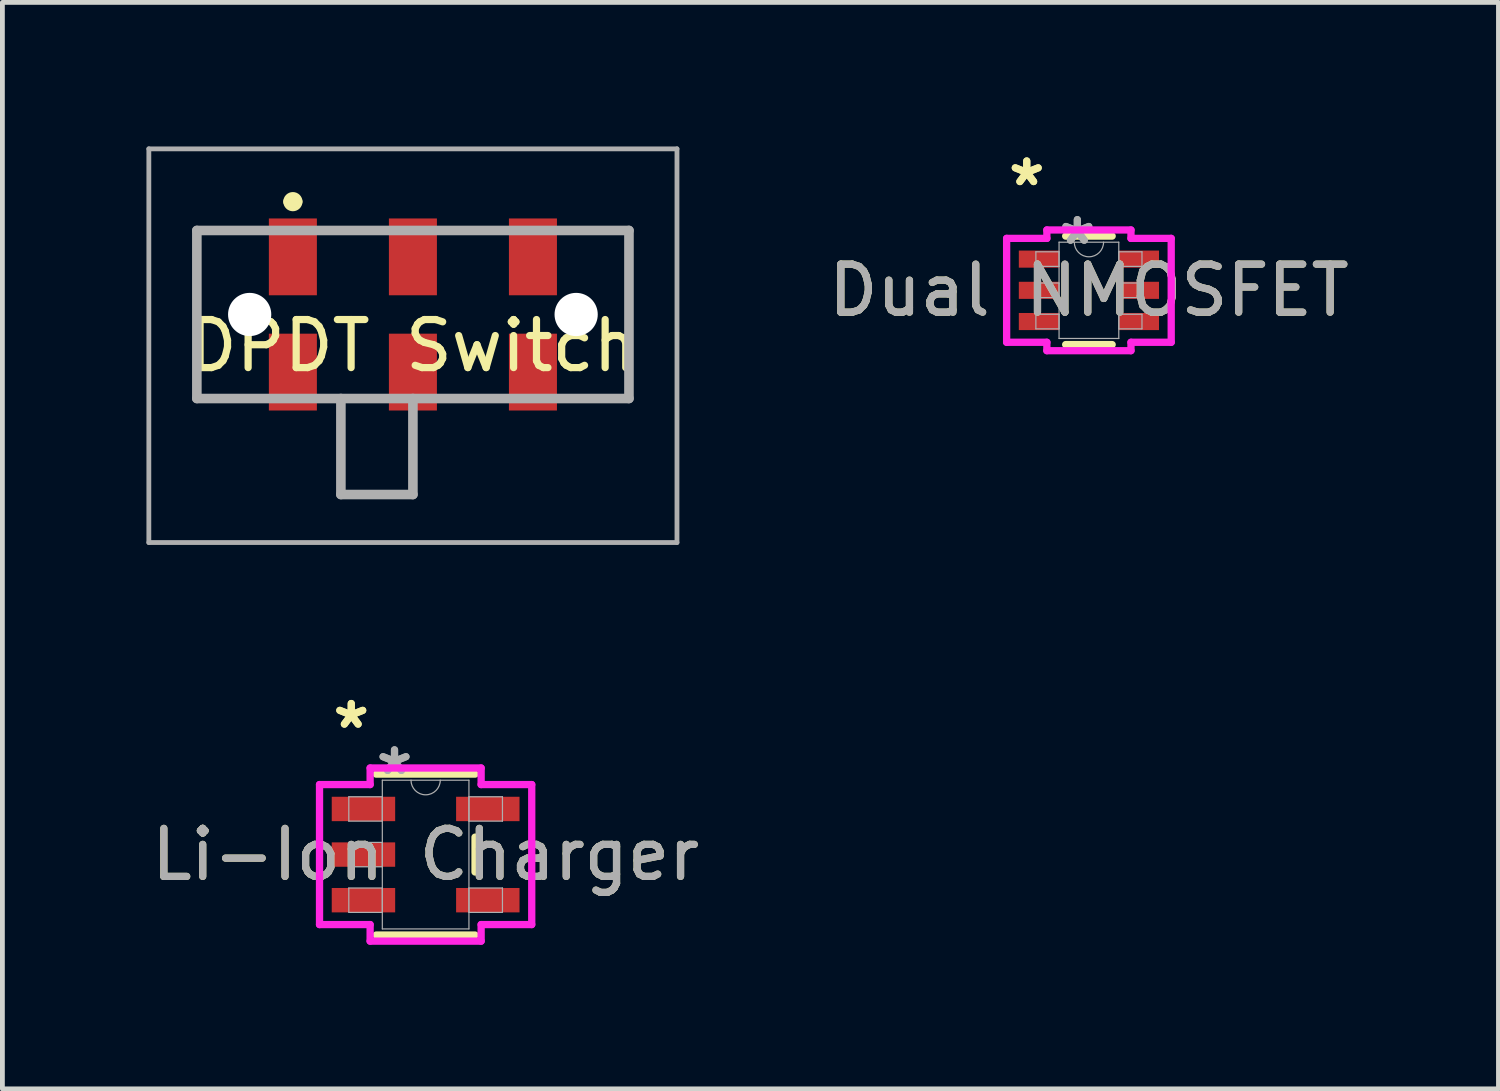
<source format=kicad_pcb>
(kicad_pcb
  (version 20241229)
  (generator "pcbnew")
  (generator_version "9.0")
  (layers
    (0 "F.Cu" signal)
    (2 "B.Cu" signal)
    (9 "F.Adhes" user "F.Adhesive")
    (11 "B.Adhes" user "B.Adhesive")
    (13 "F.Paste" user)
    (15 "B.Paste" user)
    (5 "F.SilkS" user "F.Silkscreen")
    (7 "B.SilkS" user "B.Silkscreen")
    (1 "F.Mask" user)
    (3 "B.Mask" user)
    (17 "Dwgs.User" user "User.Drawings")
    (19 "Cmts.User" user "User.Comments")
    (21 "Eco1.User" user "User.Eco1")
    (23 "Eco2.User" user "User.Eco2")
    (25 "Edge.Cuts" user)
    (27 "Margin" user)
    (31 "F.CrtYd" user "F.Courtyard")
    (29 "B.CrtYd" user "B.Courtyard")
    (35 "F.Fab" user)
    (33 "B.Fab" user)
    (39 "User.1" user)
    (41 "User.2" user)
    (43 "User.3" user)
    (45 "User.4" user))
  (footprint "Dual NMOSFET"
    (layer "F.Cu")
    (at 19.63 2.997)
    (property "Reference" "Dual NMOSFET" (at 0 0 0) (unlocked yes) (layer "F.SilkS") (effects (font (size 1 1) (thickness 0.15))))
    (attr smd)
    (fp_line (start -0.484 1.13) (end 0.484 1.13) (stroke (width 0.152) (type solid)) (layer "F.SilkS"))
    (fp_line (start 0.484 -1.13) (end -0.484 -1.13) (stroke (width 0.152) (type solid)) (layer "F.SilkS"))
    (fp_line (start -1.714 -1.082) (end -0.876 -1.082) (stroke (width 0.152) (type solid)) (layer "F.CrtYd"))
    (fp_line (start -1.714 1.082) (end -1.714 -1.082) (stroke (width 0.152) (type solid)) (layer "F.CrtYd"))
    (fp_line (start -1.714 1.082) (end -0.876 1.082) (stroke (width 0.152) (type solid)) (layer "F.CrtYd"))
    (fp_line (start -0.876 -1.257) (end 0.876 -1.257) (stroke (width 0.152) (type solid)) (layer "F.CrtYd"))
    (fp_line (start -0.876 -1.082) (end -0.876 -1.257) (stroke (width 0.152) (type solid)) (layer "F.CrtYd"))
    (fp_line (start -0.876 1.257) (end -0.876 1.082) (stroke (width 0.152) (type solid)) (layer "F.CrtYd"))
    (fp_line (start 0.876 -1.257) (end 0.876 -1.082) (stroke (width 0.152) (type solid)) (layer "F.CrtYd"))
    (fp_line (start 0.876 1.082) (end 0.876 1.257) (stroke (width 0.152) (type solid)) (layer "F.CrtYd"))
    (fp_line (start 0.876 1.257) (end -0.876 1.257) (stroke (width 0.152) (type solid)) (layer "F.CrtYd"))
    (fp_line (start 1.714 -1.082) (end 0.876 -1.082) (stroke (width 0.152) (type solid)) (layer "F.CrtYd"))
    (fp_line (start 1.714 -1.082) (end 1.714 1.082) (stroke (width 0.152) (type solid)) (layer "F.CrtYd"))
    (fp_line (start 1.714 1.082) (end 0.876 1.082) (stroke (width 0.152) (type solid)) (layer "F.CrtYd"))
    (fp_line (start -1.105 -0.802) (end -1.105 -0.498) (stroke (width 0.025) (type solid)) (layer "F.Fab"))
    (fp_line (start -1.105 -0.498) (end -0.622 -0.498) (stroke (width 0.025) (type solid)) (layer "F.Fab"))
    (fp_line (start -1.105 -0.152) (end -1.105 0.152) (stroke (width 0.025) (type solid)) (layer "F.Fab"))
    (fp_line (start -1.105 0.152) (end -0.622 0.152) (stroke (width 0.025) (type solid)) (layer "F.Fab"))
    (fp_line (start -1.105 0.498) (end -1.105 0.802) (stroke (width 0.025) (type solid)) (layer "F.Fab"))
    (fp_line (start -1.105 0.802) (end -0.622 0.802) (stroke (width 0.025) (type solid)) (layer "F.Fab"))
    (fp_line (start -0.622 -1.003) (end -0.622 1.003) (stroke (width 0.025) (type solid)) (layer "F.Fab"))
    (fp_line (start -0.622 -0.802) (end -1.105 -0.802) (stroke (width 0.025) (type solid)) (layer "F.Fab"))
    (fp_line (start -0.622 -0.498) (end -0.622 -0.802) (stroke (width 0.025) (type solid)) (layer "F.Fab"))
    (fp_line (start -0.622 -0.152) (end -1.105 -0.152) (stroke (width 0.025) (type solid)) (layer "F.Fab"))
    (fp_line (start -0.622 0.152) (end -0.622 -0.152) (stroke (width 0.025) (type solid)) (layer "F.Fab"))
    (fp_line (start -0.622 0.498) (end -1.105 0.498) (stroke (width 0.025) (type solid)) (layer "F.Fab"))
    (fp_line (start -0.622 0.802) (end -0.622 0.498) (stroke (width 0.025) (type solid)) (layer "F.Fab"))
    (fp_line (start -0.622 1.003) (end 0.622 1.003) (stroke (width 0.025) (type solid)) (layer "F.Fab"))
    (fp_line (start 0.622 -1.003) (end -0.622 -1.003) (stroke (width 0.025) (type solid)) (layer "F.Fab"))
    (fp_line (start 0.622 -0.802) (end 0.622 -0.498) (stroke (width 0.025) (type solid)) (layer "F.Fab"))
    (fp_line (start 0.622 -0.498) (end 1.105 -0.498) (stroke (width 0.025) (type solid)) (layer "F.Fab"))
    (fp_line (start 0.622 -0.152) (end 0.622 0.152) (stroke (width 0.025) (type solid)) (layer "F.Fab"))
    (fp_line (start 0.622 0.152) (end 1.105 0.152) (stroke (width 0.025) (type solid)) (layer "F.Fab"))
    (fp_line (start 0.622 0.498) (end 0.622 0.802) (stroke (width 0.025) (type solid)) (layer "F.Fab"))
    (fp_line (start 0.622 0.802) (end 1.105 0.802) (stroke (width 0.025) (type solid)) (layer "F.Fab"))
    (fp_line (start 0.622 1.003) (end 0.622 -1.003) (stroke (width 0.025) (type solid)) (layer "F.Fab"))
    (fp_line (start 1.105 -0.802) (end 0.622 -0.802) (stroke (width 0.025) (type solid)) (layer "F.Fab"))
    (fp_line (start 1.105 -0.498) (end 1.105 -0.802) (stroke (width 0.025) (type solid)) (layer "F.Fab"))
    (fp_line (start 1.105 -0.152) (end 0.622 -0.152) (stroke (width 0.025) (type solid)) (layer "F.Fab"))
    (fp_line (start 1.105 0.152) (end 1.105 -0.152) (stroke (width 0.025) (type solid)) (layer "F.Fab"))
    (fp_line (start 1.105 0.498) (end 0.622 0.498) (stroke (width 0.025) (type solid)) (layer "F.Fab"))
    (fp_line (start 1.105 0.802) (end 1.105 0.498) (stroke (width 0.025) (type solid)) (layer "F.Fab"))
    (fp_arc (start 0.3048 -1.0033) (mid 0 -0.6985) (end -0.3048 -1.0033) (stroke (width 0.0254) (type solid)) (layer "F.Fab"))
    (fp_text user "*" (at -1.295 -2.149 0) (unlocked yes) (layer "F.SilkS") (effects (font (size 1 1) (thickness 0.15))))
    (fp_text user "*" (at -1.295 -2.149 0) (layer "F.SilkS") (effects (font (size 1 1) (thickness 0.15))))
    (fp_text user "*" (at -0.241 -0.927 0) (unlocked yes) (layer "F.Fab") (effects (font (size 1 1) (thickness 0.15))))
    (fp_text user "*" (at -0.241 -0.927 0) (layer "F.Fab") (effects (font (size 1 1) (thickness 0.15))))
    (fp_text user "${REFERENCE}" (at 0 0 0) (unlocked yes) (layer "F.Fab") (effects (font (size 1 1) (thickness 0.15))))
    (pad "1" smd rect (at -1.041 -0.65) (size 0.838 0.356) (layers "F.Cu" "F.Mask" "F.Paste"))
    (pad "2" smd rect (at -1.041 0) (size 0.838 0.356) (layers "F.Cu" "F.Mask" "F.Paste"))
    (pad "3" smd rect (at -1.041 0.65) (size 0.838 0.356) (layers "F.Cu" "F.Mask" "F.Paste"))
    (pad "4" smd rect (at 1.041 0.65) (size 0.838 0.356) (layers "F.Cu" "F.Mask" "F.Paste"))
    (pad "5" smd rect (at 1.041 0) (size 0.838 0.356) (layers "F.Cu" "F.Mask" "F.Paste"))
    (pad "6" smd rect (at 1.041 -0.65) (size 0.838 0.356) (layers "F.Cu" "F.Mask" "F.Paste")))
  (footprint "DPDT Switch"
    (layer "F.Cu")
    (at 5.55 3.5)
    (property "Reference" "DPDT Switch" (at 0 0.651 0) (layer "F.SilkS") (effects (font (size 1.001 1.001) (thickness 0.15))))
    (attr smd)
    (fp_line (start -4.5 -1.75) (end -4.5 1.75) (stroke (width 0.1) (type solid)) (layer "F.SilkS"))
    (fp_line (start -4.5 1.75) (end -3.5 1.75) (stroke (width 0.1) (type solid)) (layer "F.SilkS"))
    (fp_line (start -3.5 -1.75) (end -4.5 -1.75) (stroke (width 0.1) (type solid)) (layer "F.SilkS"))
    (fp_line (start -1.5 1.75) (end -1.5 3.75) (stroke (width 0.1) (type solid)) (layer "F.SilkS"))
    (fp_line (start -1.5 3.75) (end 0 3.75) (stroke (width 0.1) (type solid)) (layer "F.SilkS"))
    (fp_line (start 0 3.75) (end 0 2.25) (stroke (width 0.1) (type solid)) (layer "F.SilkS"))
    (fp_line (start 3.5 -1.75) (end 4.5 -1.75) (stroke (width 0.1) (type solid)) (layer "F.SilkS"))
    (fp_line (start 4.5 -1.75) (end 4.5 1.75) (stroke (width 0.1) (type solid)) (layer "F.SilkS"))
    (fp_line (start 4.5 1.75) (end 3.5 1.75) (stroke (width 0.1) (type solid)) (layer "F.SilkS"))
    (fp_arc (start -2.6 -2.35) (mid -2.5 -2.45) (end -2.4 -2.35) (stroke (width 0.2) (type solid)) (layer "F.SilkS"))
    (fp_arc (start -2.4 -2.35) (mid -2.5 -2.25) (end -2.6 -2.35) (stroke (width 0.2) (type solid)) (layer "F.SilkS"))
    (fp_line (start -5.5 -3.45) (end 5.5 -3.45) (stroke (width 0.1) (type solid)) (layer "F.Fab"))
    (fp_line (start -5.5 4.75) (end -5.5 -3.45) (stroke (width 0.1) (type solid)) (layer "F.Fab"))
    (fp_line (start -4.5 -1.75) (end 4.5 -1.75) (stroke (width 0.2) (type solid)) (layer "F.Fab"))
    (fp_line (start -4.5 1.75) (end -4.5 -1.75) (stroke (width 0.2) (type solid)) (layer "F.Fab"))
    (fp_line (start -1.5 3.75) (end -1.5 1.75) (stroke (width 0.2) (type solid)) (layer "F.Fab"))
    (fp_line (start 0 1.75) (end 0 3.75) (stroke (width 0.2) (type solid)) (layer "F.Fab"))
    (fp_line (start 0 3.75) (end -1.5 3.75) (stroke (width 0.2) (type solid)) (layer "F.Fab"))
    (fp_line (start 4.5 -1.75) (end 4.5 1.75) (stroke (width 0.2) (type solid)) (layer "F.Fab"))
    (fp_line (start 4.5 1.75) (end -4.5 1.75) (stroke (width 0.2) (type solid)) (layer "F.Fab"))
    (fp_line (start 5.5 -3.45) (end 5.5 4.75) (stroke (width 0.1) (type solid)) (layer "F.Fab"))
    (fp_line (start 5.5 4.75) (end -5.5 4.75) (stroke (width 0.1) (type solid)) (layer "F.Fab"))
    (pad "" np_thru_hole circle (at -3.4 0) (size 0.9 0.9) (drill 0.9) (layers "*.Cu" "*.Mask"))
    (pad "" np_thru_hole circle (at 3.4 0) (size 0.9 0.9) (drill 0.9) (layers "*.Cu" "*.Mask"))
    (pad "1" smd rect (at -2.5 -1.2) (size 1 1.6) (layers "F.Cu" "F.Mask" "F.Paste"))
    (pad "2" smd rect (at 0 -1.2) (size 1 1.6) (layers "F.Cu" "F.Mask" "F.Paste"))
    (pad "3" smd rect (at 2.5 -1.2) (size 1 1.6) (layers "F.Cu" "F.Mask" "F.Paste"))
    (pad "4" smd rect (at -2.5 1.2) (size 1 1.6) (layers "F.Cu" "F.Mask" "F.Paste"))
    (pad "5" smd rect (at 0 1.2) (size 1 1.6) (layers "F.Cu" "F.Mask" "F.Paste"))
    (pad "6" smd rect (at 2.5 1.2) (size 1 1.6) (layers "F.Cu" "F.Mask" "F.Paste")))
  (footprint "Li-Ion Charger"
    (layer "F.Cu")
    (at 5.815 14.749)
    (property "Reference" "Li-Ion Charger" (at 0 0 0) (unlocked yes) (layer "F.SilkS") (effects (font (size 1 1) (thickness 0.15))))
    (attr smd)
    (fp_line (start -1.029 1.676) (end 1.029 1.676) (stroke (width 0.152) (type solid)) (layer "F.SilkS"))
    (fp_line (start 1.029 -1.676) (end -1.029 -1.676) (stroke (width 0.152) (type solid)) (layer "F.SilkS"))
    (fp_line (start 1.029 0.363) (end 1.029 -0.363) (stroke (width 0.152) (type solid)) (layer "F.SilkS"))
    (fp_line (start -2.21 -1.458) (end -1.156 -1.458) (stroke (width 0.152) (type solid)) (layer "F.CrtYd"))
    (fp_line (start -2.21 1.458) (end -2.21 -1.458) (stroke (width 0.152) (type solid)) (layer "F.CrtYd"))
    (fp_line (start -1.156 -1.803) (end 1.156 -1.803) (stroke (width 0.152) (type solid)) (layer "F.CrtYd"))
    (fp_line (start -1.156 -1.458) (end -1.156 -1.803) (stroke (width 0.152) (type solid)) (layer "F.CrtYd"))
    (fp_line (start -1.156 1.458) (end -2.21 1.458) (stroke (width 0.152) (type solid)) (layer "F.CrtYd"))
    (fp_line (start -1.156 1.803) (end -1.156 1.458) (stroke (width 0.152) (type solid)) (layer "F.CrtYd"))
    (fp_line (start 1.156 -1.803) (end 1.156 -1.458) (stroke (width 0.152) (type solid)) (layer "F.CrtYd"))
    (fp_line (start 1.156 -1.458) (end 2.21 -1.458) (stroke (width 0.152) (type solid)) (layer "F.CrtYd"))
    (fp_line (start 1.156 1.458) (end 1.156 1.803) (stroke (width 0.152) (type solid)) (layer "F.CrtYd"))
    (fp_line (start 1.156 1.803) (end -1.156 1.803) (stroke (width 0.152) (type solid)) (layer "F.CrtYd"))
    (fp_line (start 2.21 -1.458) (end 2.21 1.458) (stroke (width 0.152) (type solid)) (layer "F.CrtYd"))
    (fp_line (start 2.21 1.458) (end 1.156 1.458) (stroke (width 0.152) (type solid)) (layer "F.CrtYd"))
    (fp_line (start -1.6 -1.204) (end -1.6 -0.696) (stroke (width 0.025) (type solid)) (layer "F.Fab"))
    (fp_line (start -1.6 -0.696) (end -0.902 -0.696) (stroke (width 0.025) (type solid)) (layer "F.Fab"))
    (fp_line (start -1.6 -0.254) (end -1.6 0.254) (stroke (width 0.025) (type solid)) (layer "F.Fab"))
    (fp_line (start -1.6 0.254) (end -0.902 0.254) (stroke (width 0.025) (type solid)) (layer "F.Fab"))
    (fp_line (start -1.6 0.696) (end -1.6 1.204) (stroke (width 0.025) (type solid)) (layer "F.Fab"))
    (fp_line (start -1.6 1.204) (end -0.902 1.204) (stroke (width 0.025) (type solid)) (layer "F.Fab"))
    (fp_line (start -0.902 -1.549) (end -0.902 1.549) (stroke (width 0.025) (type solid)) (layer "F.Fab"))
    (fp_line (start -0.902 -1.204) (end -1.6 -1.204) (stroke (width 0.025) (type solid)) (layer "F.Fab"))
    (fp_line (start -0.902 -0.696) (end -0.902 -1.204) (stroke (width 0.025) (type solid)) (layer "F.Fab"))
    (fp_line (start -0.902 -0.254) (end -1.6 -0.254) (stroke (width 0.025) (type solid)) (layer "F.Fab"))
    (fp_line (start -0.902 0.254) (end -0.902 -0.254) (stroke (width 0.025) (type solid)) (layer "F.Fab"))
    (fp_line (start -0.902 0.696) (end -1.6 0.696) (stroke (width 0.025) (type solid)) (layer "F.Fab"))
    (fp_line (start -0.902 1.204) (end -0.902 0.696) (stroke (width 0.025) (type solid)) (layer "F.Fab"))
    (fp_line (start -0.902 1.549) (end 0.902 1.549) (stroke (width 0.025) (type solid)) (layer "F.Fab"))
    (fp_line (start 0.902 -1.549) (end -0.902 -1.549) (stroke (width 0.025) (type solid)) (layer "F.Fab"))
    (fp_line (start 0.902 -1.204) (end 0.902 -0.696) (stroke (width 0.025) (type solid)) (layer "F.Fab"))
    (fp_line (start 0.902 -0.696) (end 1.6 -0.696) (stroke (width 0.025) (type solid)) (layer "F.Fab"))
    (fp_line (start 0.902 0.696) (end 0.902 1.204) (stroke (width 0.025) (type solid)) (layer "F.Fab"))
    (fp_line (start 0.902 1.204) (end 1.6 1.204) (stroke (width 0.025) (type solid)) (layer "F.Fab"))
    (fp_line (start 0.902 1.549) (end 0.902 -1.549) (stroke (width 0.025) (type solid)) (layer "F.Fab"))
    (fp_line (start 1.6 -1.204) (end 0.902 -1.204) (stroke (width 0.025) (type solid)) (layer "F.Fab"))
    (fp_line (start 1.6 -0.696) (end 1.6 -1.204) (stroke (width 0.025) (type solid)) (layer "F.Fab"))
    (fp_line (start 1.6 0.696) (end 0.902 0.696) (stroke (width 0.025) (type solid)) (layer "F.Fab"))
    (fp_line (start 1.6 1.204) (end 1.6 0.696) (stroke (width 0.025) (type solid)) (layer "F.Fab"))
    (fp_arc (start 0.3048 -1.5494) (mid 0 -1.2446) (end -0.3048 -1.5494) (stroke (width 0.0254) (type solid)) (layer "F.Fab"))
    (fp_text user "*" (at -1.549 -2.601 0) (layer "F.SilkS") (effects (font (size 1 1) (thickness 0.15))))
    (fp_text user "*" (at -1.549 -2.601 0) (unlocked yes) (layer "F.SilkS") (effects (font (size 1 1) (thickness 0.15))))
    (fp_text user "${REFERENCE}" (at 0 0 0) (unlocked yes) (layer "F.Fab") (effects (font (size 1 1) (thickness 0.15))))
    (fp_text user "*" (at -0.648 -1.636 0) (unlocked yes) (layer "F.Fab") (effects (font (size 1 1) (thickness 0.15))))
    (fp_text user "*" (at -0.648 -1.636 0) (layer "F.Fab") (effects (font (size 1 1) (thickness 0.15))))
    (pad "1" smd rect (at -1.295 -0.95) (size 1.321 0.508) (layers "F.Cu" "F.Mask" "F.Paste"))
    (pad "2" smd rect (at -1.295 0) (size 1.321 0.508) (layers "F.Cu" "F.Mask" "F.Paste"))
    (pad "3" smd rect (at -1.295 0.95) (size 1.321 0.508) (layers "F.Cu" "F.Mask" "F.Paste"))
    (pad "4" smd rect (at 1.295 0.95) (size 1.321 0.508) (layers "F.Cu" "F.Mask" "F.Paste"))
    (pad "5" smd rect (at 1.295 -0.95) (size 1.321 0.508) (layers "F.Cu" "F.Mask" "F.Paste")))
  (gr_rect
    (start -3 -3)
    (end 28.16 19.629)
    (stroke (width 0.1) (type default))
    (fill no)
    (layer "Edge.Cuts")))
</source>
